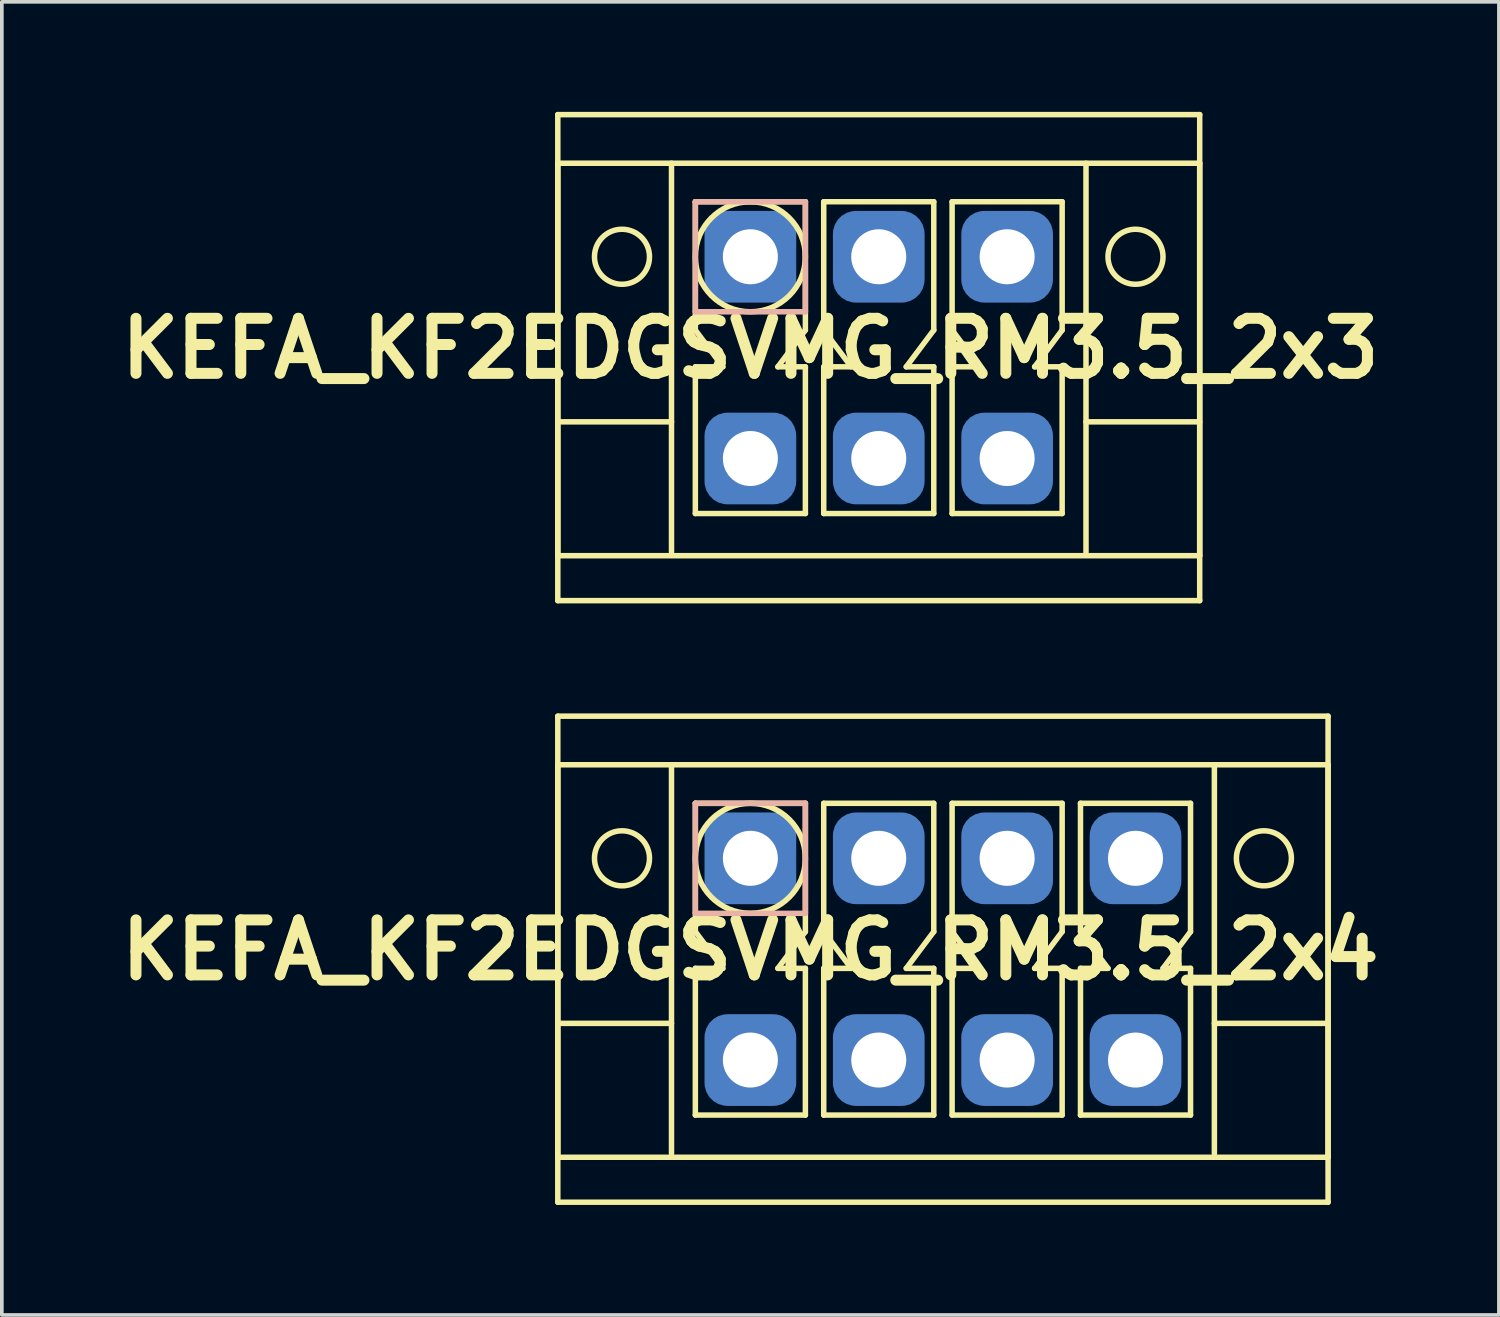
<source format=kicad_pcb>
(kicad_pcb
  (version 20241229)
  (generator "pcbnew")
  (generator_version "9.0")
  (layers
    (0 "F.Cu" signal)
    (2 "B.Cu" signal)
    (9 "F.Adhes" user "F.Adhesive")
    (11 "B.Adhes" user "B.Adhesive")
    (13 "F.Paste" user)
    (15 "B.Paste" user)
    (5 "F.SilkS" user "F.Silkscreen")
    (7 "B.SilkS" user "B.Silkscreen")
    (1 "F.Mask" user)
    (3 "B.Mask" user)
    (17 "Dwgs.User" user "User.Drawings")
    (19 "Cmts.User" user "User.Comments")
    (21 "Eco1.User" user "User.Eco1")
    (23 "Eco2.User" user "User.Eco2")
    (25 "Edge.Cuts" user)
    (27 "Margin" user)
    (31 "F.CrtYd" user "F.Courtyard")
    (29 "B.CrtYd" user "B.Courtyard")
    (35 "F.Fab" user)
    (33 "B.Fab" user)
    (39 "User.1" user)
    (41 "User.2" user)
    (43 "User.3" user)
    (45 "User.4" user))
  (footprint "KEFA_KF2EDGSVMG_RM3.5_2x4"
    (layer "F.Cu")
    (at 17.407 20.35)
    (property "Reference" "KEFA_KF2EDGSVMG_RM3.5_2x4" (at 0 2.5 0) (layer "F.SilkS") (effects (font (size 1.5 1.5) (thickness 0.3))))
    (attr through_hole)
    (fp_line (start -5.25 -3.875) (end 15.75 -3.875) (stroke (width 0.15) (type solid)) (layer "F.SilkS"))
    (fp_line (start -5.25 -2.55) (end 15.75 -2.55) (stroke (width 0.15) (type solid)) (layer "F.SilkS"))
    (fp_line (start -5.25 4.5) (end -2.15 4.5) (stroke (width 0.15) (type solid)) (layer "F.SilkS"))
    (fp_line (start -5.25 8.15) (end -5.25 -2.55) (stroke (width 0.15) (type solid)) (layer "F.SilkS"))
    (fp_line (start -5.25 9.375) (end -5.25 -3.875) (stroke (width 0.15) (type solid)) (layer "F.SilkS"))
    (fp_line (start -2.15 -2.55) (end -2.15 8.05) (stroke (width 0.15) (type solid)) (layer "F.SilkS"))
    (fp_line (start -1.5 -1.5) (end -1.5 2) (stroke (width 0.15) (type solid)) (layer "F.SilkS"))
    (fp_line (start -1.5 -1.5) (end 1.5 -1.5) (stroke (width 0.15) (type solid)) (layer "F.SilkS"))
    (fp_line (start -1.5 2) (end -0.75 3) (stroke (width 0.15) (type solid)) (layer "F.SilkS"))
    (fp_line (start -1.5 3) (end -1.5 7) (stroke (width 0.15) (type solid)) (layer "F.SilkS"))
    (fp_line (start -1.5 7) (end 1.5 7) (stroke (width 0.15) (type solid)) (layer "F.SilkS"))
    (fp_line (start -0.75 3) (end -1.5 3) (stroke (width 0.15) (type solid)) (layer "F.SilkS"))
    (fp_line (start 0.75 3) (end 1.5 3) (stroke (width 0.15) (type solid)) (layer "F.SilkS"))
    (fp_line (start 1.5 -1.5) (end 1.5 2) (stroke (width 0.15) (type solid)) (layer "F.SilkS"))
    (fp_line (start 1.5 2) (end 0.75 3) (stroke (width 0.15) (type solid)) (layer "F.SilkS"))
    (fp_line (start 1.5 3) (end 1.5 7) (stroke (width 0.15) (type solid)) (layer "F.SilkS"))
    (fp_line (start 2 -1.5) (end 2 2) (stroke (width 0.15) (type solid)) (layer "F.SilkS"))
    (fp_line (start 2 -1.5) (end 5 -1.5) (stroke (width 0.15) (type solid)) (layer "F.SilkS"))
    (fp_line (start 2 2) (end 2.75 3) (stroke (width 0.15) (type solid)) (layer "F.SilkS"))
    (fp_line (start 2 3) (end 2 7) (stroke (width 0.15) (type solid)) (layer "F.SilkS"))
    (fp_line (start 2 7) (end 5 7) (stroke (width 0.15) (type solid)) (layer "F.SilkS"))
    (fp_line (start 2.75 3) (end 2 3) (stroke (width 0.15) (type solid)) (layer "F.SilkS"))
    (fp_line (start 4.25 3) (end 5 3) (stroke (width 0.15) (type solid)) (layer "F.SilkS"))
    (fp_line (start 5 -1.5) (end 5 2) (stroke (width 0.15) (type solid)) (layer "F.SilkS"))
    (fp_line (start 5 2) (end 4.25 3) (stroke (width 0.15) (type solid)) (layer "F.SilkS"))
    (fp_line (start 5 3) (end 5 7) (stroke (width 0.15) (type solid)) (layer "F.SilkS"))
    (fp_line (start 5.5 -1.5) (end 5.5 2) (stroke (width 0.15) (type solid)) (layer "F.SilkS"))
    (fp_line (start 5.5 -1.5) (end 8.5 -1.5) (stroke (width 0.15) (type solid)) (layer "F.SilkS"))
    (fp_line (start 5.5 2) (end 6.25 3) (stroke (width 0.15) (type solid)) (layer "F.SilkS"))
    (fp_line (start 5.5 3) (end 5.5 7) (stroke (width 0.15) (type solid)) (layer "F.SilkS"))
    (fp_line (start 5.5 7) (end 8.5 7) (stroke (width 0.15) (type solid)) (layer "F.SilkS"))
    (fp_line (start 6.25 3) (end 5.5 3) (stroke (width 0.15) (type solid)) (layer "F.SilkS"))
    (fp_line (start 7.75 3) (end 8.5 3) (stroke (width 0.15) (type solid)) (layer "F.SilkS"))
    (fp_line (start 8.5 -1.5) (end 8.5 2) (stroke (width 0.15) (type solid)) (layer "F.SilkS"))
    (fp_line (start 8.5 2) (end 7.75 3) (stroke (width 0.15) (type solid)) (layer "F.SilkS"))
    (fp_line (start 8.5 3) (end 8.5 7) (stroke (width 0.15) (type solid)) (layer "F.SilkS"))
    (fp_line (start 9 -1.5) (end 9 2) (stroke (width 0.15) (type solid)) (layer "F.SilkS"))
    (fp_line (start 9 -1.5) (end 12 -1.5) (stroke (width 0.15) (type solid)) (layer "F.SilkS"))
    (fp_line (start 9 2) (end 9.75 3) (stroke (width 0.15) (type solid)) (layer "F.SilkS"))
    (fp_line (start 9 3) (end 9 7) (stroke (width 0.15) (type solid)) (layer "F.SilkS"))
    (fp_line (start 9 7) (end 12 7) (stroke (width 0.15) (type solid)) (layer "F.SilkS"))
    (fp_line (start 9.75 3) (end 9 3) (stroke (width 0.15) (type solid)) (layer "F.SilkS"))
    (fp_line (start 11.25 3) (end 12 3) (stroke (width 0.15) (type solid)) (layer "F.SilkS"))
    (fp_line (start 12 -1.5) (end 12 2) (stroke (width 0.15) (type solid)) (layer "F.SilkS"))
    (fp_line (start 12 2) (end 11.25 3) (stroke (width 0.15) (type solid)) (layer "F.SilkS"))
    (fp_line (start 12 3) (end 12 7) (stroke (width 0.15) (type solid)) (layer "F.SilkS"))
    (fp_line (start 12.65 -2.55) (end 12.65 8.05) (stroke (width 0.15) (type solid)) (layer "F.SilkS"))
    (fp_line (start 15.75 -3.875) (end 15.75 9.375) (stroke (width 0.15) (type solid)) (layer "F.SilkS"))
    (fp_line (start 15.75 -2.55) (end 15.75 8.15) (stroke (width 0.15) (type solid)) (layer "F.SilkS"))
    (fp_line (start 15.75 4.5) (end 12.65 4.5) (stroke (width 0.15) (type solid)) (layer "F.SilkS"))
    (fp_line (start 15.75 8.15) (end -5.25 8.15) (stroke (width 0.15) (type solid)) (layer "F.SilkS"))
    (fp_line (start 15.75 9.375) (end -5.25 9.375) (stroke (width 0.15) (type solid)) (layer "F.SilkS"))
    (fp_circle (center -3.5 0) (end -2.75 0) (stroke (width 0.15) (type solid)) (fill no) (layer "F.SilkS"))
    (fp_circle (center 0 0) (end 1.5 0) (stroke (width 0.15) (type solid)) (fill no) (layer "F.SilkS"))
    (fp_circle (center 14 0) (end 13.25 0) (stroke (width 0.15) (type solid)) (fill no) (layer "F.SilkS"))
    (fp_line (start -1.5 -1.5) (end 1.5 -1.5) (stroke (width 0.15) (type solid)) (layer "B.SilkS"))
    (fp_line (start -1.5 1.5) (end -1.5 -1.5) (stroke (width 0.15) (type solid)) (layer "B.SilkS"))
    (fp_line (start 1.5 -1.5) (end 1.5 1.5) (stroke (width 0.15) (type solid)) (layer "B.SilkS"))
    (fp_line (start 1.5 1.5) (end -1.5 1.5) (stroke (width 0.15) (type solid)) (layer "B.SilkS"))
    (pad "1" thru_hole circle (at 0 0) (size 1.8 1.8) (drill 1.5) (layers "*.Cu" "*.Mask"))
    (pad "1" smd roundrect (at 0 0) (size 2.5 2.5) (layers "B.Cu" "B.Mask") (roundrect_rratio 0.25))
    (pad "2" thru_hole circle (at 3.5 0) (size 1.8 1.8) (drill 1.5) (layers "*.Cu" "*.Mask"))
    (pad "2" smd roundrect (at 3.5 0) (size 2.5 2.5) (layers "B.Cu" "B.Mask") (roundrect_rratio 0.25))
    (pad "3" thru_hole circle (at 7 0) (size 1.8 1.8) (drill 1.5) (layers "*.Cu" "*.Mask"))
    (pad "3" smd roundrect (at 7 0) (size 2.5 2.5) (layers "B.Cu" "B.Mask") (roundrect_rratio 0.25))
    (pad "4" thru_hole circle (at 10.5 0) (size 1.8 1.8) (drill 1.5) (layers "*.Cu" "*.Mask"))
    (pad "4" smd roundrect (at 10.5 0) (size 2.5 2.5) (layers "B.Cu" "B.Mask") (roundrect_rratio 0.25))
    (pad "5" thru_hole circle (at 0 5.5) (size 1.8 1.8) (drill 1.5) (layers "*.Cu" "*.Mask"))
    (pad "5" smd roundrect (at 0 5.5) (size 2.5 2.5) (layers "B.Cu" "B.Mask") (roundrect_rratio 0.25))
    (pad "6" thru_hole circle (at 3.5 5.5) (size 1.8 1.8) (drill 1.5) (layers "*.Cu" "*.Mask"))
    (pad "6" smd roundrect (at 3.5 5.5) (size 2.5 2.5) (layers "B.Cu" "B.Mask") (roundrect_rratio 0.25))
    (pad "7" thru_hole circle (at 7 5.5) (size 1.8 1.8) (drill 1.5) (layers "*.Cu" "*.Mask"))
    (pad "7" smd roundrect (at 7 5.5) (size 2.5 2.5) (layers "B.Cu" "B.Mask") (roundrect_rratio 0.25))
    (pad "8" thru_hole circle (at 10.5 5.5) (size 1.8 1.8) (drill 1.5) (layers "*.Cu" "*.Mask"))
    (pad "8" smd roundrect (at 10.5 5.5) (size 2.5 2.5) (layers "B.Cu" "B.Mask") (roundrect_rratio 0.25)))
  (footprint "KEFA_KF2EDGSVMG_RM3.5_2x3"
    (layer "F.Cu")
    (at 17.407 3.95)
    (property "Reference" "KEFA_KF2EDGSVMG_RM3.5_2x3" (at 0 2.5 0) (layer "F.SilkS") (effects (font (size 1.5 1.5) (thickness 0.3))))
    (attr through_hole)
    (fp_line (start -5.25 -3.875) (end 12.25 -3.875) (stroke (width 0.15) (type solid)) (layer "F.SilkS"))
    (fp_line (start -5.25 -2.55) (end 12.25 -2.55) (stroke (width 0.15) (type solid)) (layer "F.SilkS"))
    (fp_line (start -5.25 4.5) (end -2.15 4.5) (stroke (width 0.15) (type solid)) (layer "F.SilkS"))
    (fp_line (start -5.25 8.15) (end -5.25 -2.55) (stroke (width 0.15) (type solid)) (layer "F.SilkS"))
    (fp_line (start -5.25 9.375) (end -5.25 -3.875) (stroke (width 0.15) (type solid)) (layer "F.SilkS"))
    (fp_line (start -2.15 -2.55) (end -2.15 8.05) (stroke (width 0.15) (type solid)) (layer "F.SilkS"))
    (fp_line (start -1.5 -1.5) (end -1.5 2) (stroke (width 0.15) (type solid)) (layer "F.SilkS"))
    (fp_line (start -1.5 -1.5) (end 1.5 -1.5) (stroke (width 0.15) (type solid)) (layer "F.SilkS"))
    (fp_line (start -1.5 2) (end -0.75 3) (stroke (width 0.15) (type solid)) (layer "F.SilkS"))
    (fp_line (start -1.5 3) (end -1.5 7) (stroke (width 0.15) (type solid)) (layer "F.SilkS"))
    (fp_line (start -1.5 7) (end 1.5 7) (stroke (width 0.15) (type solid)) (layer "F.SilkS"))
    (fp_line (start -0.75 3) (end -1.5 3) (stroke (width 0.15) (type solid)) (layer "F.SilkS"))
    (fp_line (start 0.75 3) (end 1.5 3) (stroke (width 0.15) (type solid)) (layer "F.SilkS"))
    (fp_line (start 1.5 -1.5) (end 1.5 2) (stroke (width 0.15) (type solid)) (layer "F.SilkS"))
    (fp_line (start 1.5 2) (end 0.75 3) (stroke (width 0.15) (type solid)) (layer "F.SilkS"))
    (fp_line (start 1.5 3) (end 1.5 7) (stroke (width 0.15) (type solid)) (layer "F.SilkS"))
    (fp_line (start 2 -1.5) (end 2 2) (stroke (width 0.15) (type solid)) (layer "F.SilkS"))
    (fp_line (start 2 -1.5) (end 5 -1.5) (stroke (width 0.15) (type solid)) (layer "F.SilkS"))
    (fp_line (start 2 2) (end 2.75 3) (stroke (width 0.15) (type solid)) (layer "F.SilkS"))
    (fp_line (start 2 3) (end 2 7) (stroke (width 0.15) (type solid)) (layer "F.SilkS"))
    (fp_line (start 2 7) (end 5 7) (stroke (width 0.15) (type solid)) (layer "F.SilkS"))
    (fp_line (start 2.75 3) (end 2 3) (stroke (width 0.15) (type solid)) (layer "F.SilkS"))
    (fp_line (start 4.25 3) (end 5 3) (stroke (width 0.15) (type solid)) (layer "F.SilkS"))
    (fp_line (start 5 -1.5) (end 5 2) (stroke (width 0.15) (type solid)) (layer "F.SilkS"))
    (fp_line (start 5 2) (end 4.25 3) (stroke (width 0.15) (type solid)) (layer "F.SilkS"))
    (fp_line (start 5 3) (end 5 7) (stroke (width 0.15) (type solid)) (layer "F.SilkS"))
    (fp_line (start 5.5 -1.5) (end 5.5 2) (stroke (width 0.15) (type solid)) (layer "F.SilkS"))
    (fp_line (start 5.5 -1.5) (end 8.5 -1.5) (stroke (width 0.15) (type solid)) (layer "F.SilkS"))
    (fp_line (start 5.5 2) (end 6.25 3) (stroke (width 0.15) (type solid)) (layer "F.SilkS"))
    (fp_line (start 5.5 3) (end 5.5 7) (stroke (width 0.15) (type solid)) (layer "F.SilkS"))
    (fp_line (start 5.5 7) (end 8.5 7) (stroke (width 0.15) (type solid)) (layer "F.SilkS"))
    (fp_line (start 6.25 3) (end 5.5 3) (stroke (width 0.15) (type solid)) (layer "F.SilkS"))
    (fp_line (start 7.75 3) (end 8.5 3) (stroke (width 0.15) (type solid)) (layer "F.SilkS"))
    (fp_line (start 8.5 -1.5) (end 8.5 2) (stroke (width 0.15) (type solid)) (layer "F.SilkS"))
    (fp_line (start 8.5 2) (end 7.75 3) (stroke (width 0.15) (type solid)) (layer "F.SilkS"))
    (fp_line (start 8.5 3) (end 8.5 7) (stroke (width 0.15) (type solid)) (layer "F.SilkS"))
    (fp_line (start 9.15 -2.55) (end 9.15 8.05) (stroke (width 0.15) (type solid)) (layer "F.SilkS"))
    (fp_line (start 12.25 -3.875) (end 12.25 9.375) (stroke (width 0.15) (type solid)) (layer "F.SilkS"))
    (fp_line (start 12.25 -2.55) (end 12.25 8.15) (stroke (width 0.15) (type solid)) (layer "F.SilkS"))
    (fp_line (start 12.25 4.5) (end 9.15 4.5) (stroke (width 0.15) (type solid)) (layer "F.SilkS"))
    (fp_line (start 12.25 8.15) (end -5.25 8.15) (stroke (width 0.15) (type solid)) (layer "F.SilkS"))
    (fp_line (start 12.25 9.375) (end -5.25 9.375) (stroke (width 0.15) (type solid)) (layer "F.SilkS"))
    (fp_circle (center -3.5 0) (end -2.75 0) (stroke (width 0.15) (type solid)) (fill no) (layer "F.SilkS"))
    (fp_circle (center 0 0) (end 1.5 0) (stroke (width 0.15) (type solid)) (fill no) (layer "F.SilkS"))
    (fp_circle (center 10.5 0) (end 9.75 0) (stroke (width 0.15) (type solid)) (fill no) (layer "F.SilkS"))
    (fp_line (start -1.5 -1.5) (end 1.5 -1.5) (stroke (width 0.15) (type solid)) (layer "B.SilkS"))
    (fp_line (start -1.5 1.5) (end -1.5 -1.5) (stroke (width 0.15) (type solid)) (layer "B.SilkS"))
    (fp_line (start 1.5 -1.5) (end 1.5 1.5) (stroke (width 0.15) (type solid)) (layer "B.SilkS"))
    (fp_line (start 1.5 1.5) (end -1.5 1.5) (stroke (width 0.15) (type solid)) (layer "B.SilkS"))
    (pad "1" thru_hole circle (at 0 0) (size 1.8 1.8) (drill 1.5) (layers "*.Cu" "*.Mask"))
    (pad "1" smd roundrect (at 0 0) (size 2.5 2.5) (layers "B.Cu" "B.Mask") (roundrect_rratio 0.25))
    (pad "2" thru_hole circle (at 3.5 0) (size 1.8 1.8) (drill 1.5) (layers "*.Cu" "*.Mask"))
    (pad "2" smd roundrect (at 3.5 0) (size 2.5 2.5) (layers "B.Cu" "B.Mask") (roundrect_rratio 0.25))
    (pad "3" thru_hole circle (at 7 0) (size 1.8 1.8) (drill 1.5) (layers "*.Cu" "*.Mask"))
    (pad "3" smd roundrect (at 7 0) (size 2.5 2.5) (layers "B.Cu" "B.Mask") (roundrect_rratio 0.25))
    (pad "4" thru_hole circle (at 0 5.5) (size 1.8 1.8) (drill 1.5) (layers "*.Cu" "*.Mask"))
    (pad "4" smd roundrect (at 0 5.5) (size 2.5 2.5) (layers "B.Cu" "B.Mask") (roundrect_rratio 0.25))
    (pad "5" thru_hole circle (at 3.5 5.5) (size 1.8 1.8) (drill 1.5) (layers "*.Cu" "*.Mask"))
    (pad "5" smd roundrect (at 3.5 5.5) (size 2.5 2.5) (layers "B.Cu" "B.Mask") (roundrect_rratio 0.25))
    (pad "6" thru_hole circle (at 7 5.5) (size 1.8 1.8) (drill 1.5) (layers "*.Cu" "*.Mask"))
    (pad "6" smd roundrect (at 7 5.5) (size 2.5 2.5) (layers "B.Cu" "B.Mask") (roundrect_rratio 0.25)))
  (gr_rect
    (start -3 -3)
    (end 37.814 32.8)
    (stroke (width 0.1) (type default))
    (fill no)
    (layer "Edge.Cuts")))
</source>
